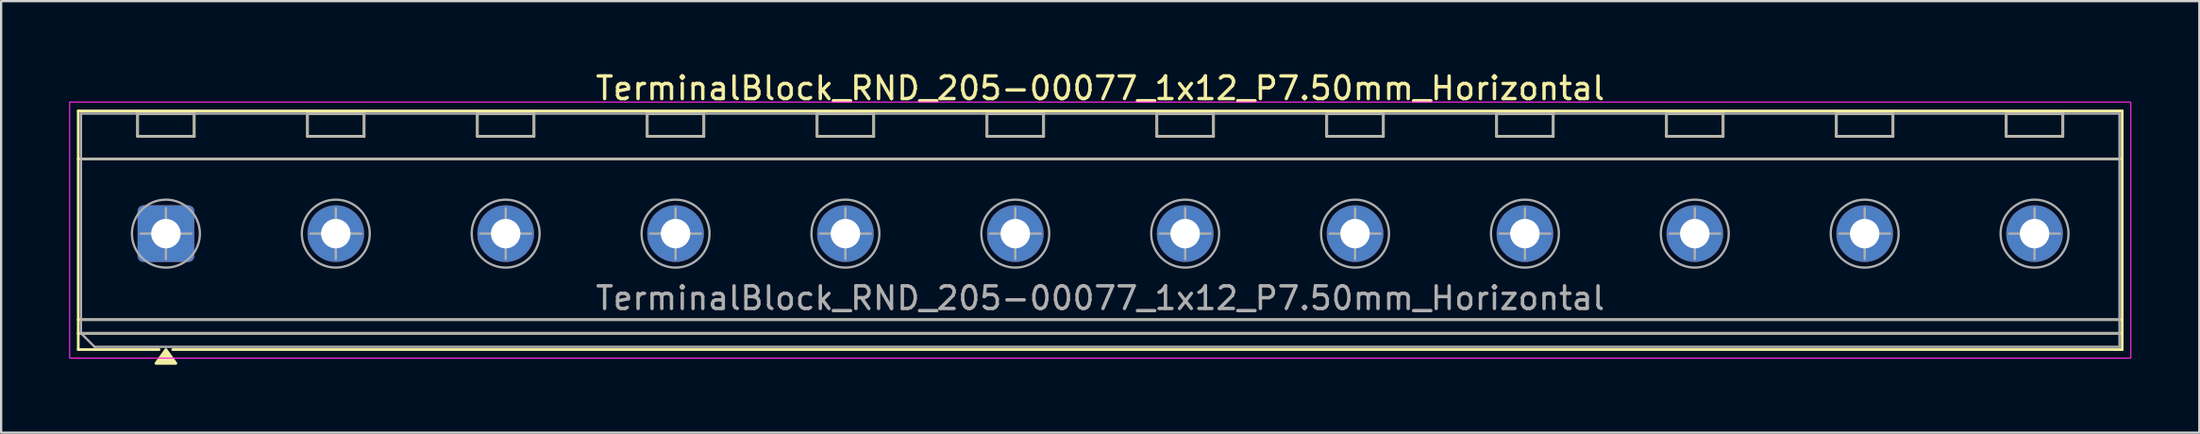
<source format=kicad_pcb>
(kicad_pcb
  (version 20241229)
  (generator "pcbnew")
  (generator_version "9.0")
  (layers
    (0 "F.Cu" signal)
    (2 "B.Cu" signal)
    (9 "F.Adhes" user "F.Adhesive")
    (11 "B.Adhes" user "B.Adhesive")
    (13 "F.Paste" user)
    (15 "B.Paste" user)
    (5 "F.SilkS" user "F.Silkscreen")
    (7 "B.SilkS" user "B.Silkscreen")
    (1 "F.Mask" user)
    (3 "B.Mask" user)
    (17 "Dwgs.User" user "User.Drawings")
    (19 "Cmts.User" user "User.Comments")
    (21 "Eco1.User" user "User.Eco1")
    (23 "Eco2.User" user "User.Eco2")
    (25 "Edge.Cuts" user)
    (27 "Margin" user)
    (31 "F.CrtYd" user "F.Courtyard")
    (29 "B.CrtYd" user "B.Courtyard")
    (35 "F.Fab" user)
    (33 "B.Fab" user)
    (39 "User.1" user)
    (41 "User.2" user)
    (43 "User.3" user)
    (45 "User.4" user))
  (footprint "TerminalBlock_RND_205-00077_1x12_P7.50mm_Horizontal"
    (layer "F.Cu")
    (at 4.275 7.268)
    (property "Reference" "TerminalBlock_RND_205-00077_1x12_P7.50mm_Horizontal" (at 41.25 -6.42 0) (layer "F.SilkS") (effects (font (size 1 1) (thickness 0.15))))
    (attr through_hole)
    (fp_line (start -3.87 -5.42) (end 86.37 -5.42) (stroke (width 0.12) (type solid)) (layer "F.SilkS"))
    (fp_line (start -3.87 -3.3) (end 86.37 -3.3) (stroke (width 0.12) (type solid)) (layer "F.SilkS"))
    (fp_line (start -3.87 3.8) (end 86.37 3.8) (stroke (width 0.12) (type solid)) (layer "F.SilkS"))
    (fp_line (start -3.87 4.4) (end 86.37 4.4) (stroke (width 0.12) (type solid)) (layer "F.SilkS"))
    (fp_line (start -3.87 5.12) (end -3.87 -5.42) (stroke (width 0.12) (type solid)) (layer "F.SilkS"))
    (fp_line (start -1.25 -5.3) (end 1.25 -5.3) (stroke (width 0.12) (type solid)) (layer "F.SilkS"))
    (fp_line (start -1.25 -4.3) (end -1.25 -5.3) (stroke (width 0.12) (type solid)) (layer "F.SilkS"))
    (fp_line (start -0.3 5.12) (end -3.87 5.12) (stroke (width 0.12) (type solid)) (layer "F.SilkS"))
    (fp_line (start 1.25 -5.3) (end 1.25 -4.3) (stroke (width 0.12) (type solid)) (layer "F.SilkS"))
    (fp_line (start 1.25 -4.3) (end -1.25 -4.3) (stroke (width 0.12) (type solid)) (layer "F.SilkS"))
    (fp_line (start 6.25 -5.3) (end 8.75 -5.3) (stroke (width 0.12) (type solid)) (layer "F.SilkS"))
    (fp_line (start 6.25 -4.3) (end 6.25 -5.3) (stroke (width 0.12) (type solid)) (layer "F.SilkS"))
    (fp_line (start 8.75 -5.3) (end 8.75 -4.3) (stroke (width 0.12) (type solid)) (layer "F.SilkS"))
    (fp_line (start 8.75 -4.3) (end 6.25 -4.3) (stroke (width 0.12) (type solid)) (layer "F.SilkS"))
    (fp_line (start 13.75 -5.3) (end 16.25 -5.3) (stroke (width 0.12) (type solid)) (layer "F.SilkS"))
    (fp_line (start 13.75 -4.3) (end 13.75 -5.3) (stroke (width 0.12) (type solid)) (layer "F.SilkS"))
    (fp_line (start 16.25 -5.3) (end 16.25 -4.3) (stroke (width 0.12) (type solid)) (layer "F.SilkS"))
    (fp_line (start 16.25 -4.3) (end 13.75 -4.3) (stroke (width 0.12) (type solid)) (layer "F.SilkS"))
    (fp_line (start 21.25 -5.3) (end 23.75 -5.3) (stroke (width 0.12) (type solid)) (layer "F.SilkS"))
    (fp_line (start 21.25 -4.3) (end 21.25 -5.3) (stroke (width 0.12) (type solid)) (layer "F.SilkS"))
    (fp_line (start 23.75 -5.3) (end 23.75 -4.3) (stroke (width 0.12) (type solid)) (layer "F.SilkS"))
    (fp_line (start 23.75 -4.3) (end 21.25 -4.3) (stroke (width 0.12) (type solid)) (layer "F.SilkS"))
    (fp_line (start 28.75 -5.3) (end 31.25 -5.3) (stroke (width 0.12) (type solid)) (layer "F.SilkS"))
    (fp_line (start 28.75 -4.3) (end 28.75 -5.3) (stroke (width 0.12) (type solid)) (layer "F.SilkS"))
    (fp_line (start 31.25 -5.3) (end 31.25 -4.3) (stroke (width 0.12) (type solid)) (layer "F.SilkS"))
    (fp_line (start 31.25 -4.3) (end 28.75 -4.3) (stroke (width 0.12) (type solid)) (layer "F.SilkS"))
    (fp_line (start 36.25 -5.3) (end 38.75 -5.3) (stroke (width 0.12) (type solid)) (layer "F.SilkS"))
    (fp_line (start 36.25 -4.3) (end 36.25 -5.3) (stroke (width 0.12) (type solid)) (layer "F.SilkS"))
    (fp_line (start 38.75 -5.3) (end 38.75 -4.3) (stroke (width 0.12) (type solid)) (layer "F.SilkS"))
    (fp_line (start 38.75 -4.3) (end 36.25 -4.3) (stroke (width 0.12) (type solid)) (layer "F.SilkS"))
    (fp_line (start 43.75 -5.3) (end 46.25 -5.3) (stroke (width 0.12) (type solid)) (layer "F.SilkS"))
    (fp_line (start 43.75 -4.3) (end 43.75 -5.3) (stroke (width 0.12) (type solid)) (layer "F.SilkS"))
    (fp_line (start 46.25 -5.3) (end 46.25 -4.3) (stroke (width 0.12) (type solid)) (layer "F.SilkS"))
    (fp_line (start 46.25 -4.3) (end 43.75 -4.3) (stroke (width 0.12) (type solid)) (layer "F.SilkS"))
    (fp_line (start 51.25 -5.3) (end 53.75 -5.3) (stroke (width 0.12) (type solid)) (layer "F.SilkS"))
    (fp_line (start 51.25 -4.3) (end 51.25 -5.3) (stroke (width 0.12) (type solid)) (layer "F.SilkS"))
    (fp_line (start 53.75 -5.3) (end 53.75 -4.3) (stroke (width 0.12) (type solid)) (layer "F.SilkS"))
    (fp_line (start 53.75 -4.3) (end 51.25 -4.3) (stroke (width 0.12) (type solid)) (layer "F.SilkS"))
    (fp_line (start 58.75 -5.3) (end 61.25 -5.3) (stroke (width 0.12) (type solid)) (layer "F.SilkS"))
    (fp_line (start 58.75 -4.3) (end 58.75 -5.3) (stroke (width 0.12) (type solid)) (layer "F.SilkS"))
    (fp_line (start 61.25 -5.3) (end 61.25 -4.3) (stroke (width 0.12) (type solid)) (layer "F.SilkS"))
    (fp_line (start 61.25 -4.3) (end 58.75 -4.3) (stroke (width 0.12) (type solid)) (layer "F.SilkS"))
    (fp_line (start 66.25 -5.3) (end 68.75 -5.3) (stroke (width 0.12) (type solid)) (layer "F.SilkS"))
    (fp_line (start 66.25 -4.3) (end 66.25 -5.3) (stroke (width 0.12) (type solid)) (layer "F.SilkS"))
    (fp_line (start 68.75 -5.3) (end 68.75 -4.3) (stroke (width 0.12) (type solid)) (layer "F.SilkS"))
    (fp_line (start 68.75 -4.3) (end 66.25 -4.3) (stroke (width 0.12) (type solid)) (layer "F.SilkS"))
    (fp_line (start 73.75 -5.3) (end 76.25 -5.3) (stroke (width 0.12) (type solid)) (layer "F.SilkS"))
    (fp_line (start 73.75 -4.3) (end 73.75 -5.3) (stroke (width 0.12) (type solid)) (layer "F.SilkS"))
    (fp_line (start 76.25 -5.3) (end 76.25 -4.3) (stroke (width 0.12) (type solid)) (layer "F.SilkS"))
    (fp_line (start 76.25 -4.3) (end 73.75 -4.3) (stroke (width 0.12) (type solid)) (layer "F.SilkS"))
    (fp_line (start 81.25 -5.3) (end 83.75 -5.3) (stroke (width 0.12) (type solid)) (layer "F.SilkS"))
    (fp_line (start 81.25 -4.3) (end 81.25 -5.3) (stroke (width 0.12) (type solid)) (layer "F.SilkS"))
    (fp_line (start 83.75 -5.3) (end 83.75 -4.3) (stroke (width 0.12) (type solid)) (layer "F.SilkS"))
    (fp_line (start 83.75 -4.3) (end 81.25 -4.3) (stroke (width 0.12) (type solid)) (layer "F.SilkS"))
    (fp_line (start 86.37 -5.42) (end 86.37 5.12) (stroke (width 0.12) (type solid)) (layer "F.SilkS"))
    (fp_line (start 86.37 5.12) (end 0.3 5.12) (stroke (width 0.12) (type solid)) (layer "F.SilkS"))
    (fp_poly (pts (xy 0 5.12) (xy 0.44 5.73) (xy -0.44 5.73)) (stroke (width 0.12) (type solid)) (fill yes) (layer "F.SilkS"))
    (fp_rect (start -4.25 -5.81) (end 86.75 5.5) (stroke (width 0.05) (type solid)) (fill no) (layer "F.CrtYd"))
    (fp_line (start -3.75 -5.3) (end 86.25 -5.3) (stroke (width 0.1) (type solid)) (layer "F.Fab"))
    (fp_line (start -3.75 -3.3) (end 86.25 -3.3) (stroke (width 0.1) (type solid)) (layer "F.Fab"))
    (fp_line (start -3.75 3.8) (end 86.25 3.8) (stroke (width 0.1) (type solid)) (layer "F.Fab"))
    (fp_line (start -3.75 4.4) (end -3.75 -5.3) (stroke (width 0.1) (type solid)) (layer "F.Fab"))
    (fp_line (start -3.75 4.4) (end 86.25 4.4) (stroke (width 0.1) (type solid)) (layer "F.Fab"))
    (fp_line (start -3.15 5) (end -3.75 4.4) (stroke (width 0.1) (type solid)) (layer "F.Fab"))
    (fp_line (start -1.125 0) (end 1.125 0) (stroke (width 0.1) (type solid)) (layer "F.Fab"))
    (fp_line (start 0 -1.125) (end 0 1.125) (stroke (width 0.1) (type solid)) (layer "F.Fab"))
    (fp_line (start 6.375 0) (end 8.625 0) (stroke (width 0.1) (type solid)) (layer "F.Fab"))
    (fp_line (start 7.5 -1.125) (end 7.5 1.125) (stroke (width 0.1) (type solid)) (layer "F.Fab"))
    (fp_line (start 13.875 0) (end 16.125 0) (stroke (width 0.1) (type solid)) (layer "F.Fab"))
    (fp_line (start 15 -1.125) (end 15 1.125) (stroke (width 0.1) (type solid)) (layer "F.Fab"))
    (fp_line (start 21.375 0) (end 23.625 0) (stroke (width 0.1) (type solid)) (layer "F.Fab"))
    (fp_line (start 22.5 -1.125) (end 22.5 1.125) (stroke (width 0.1) (type solid)) (layer "F.Fab"))
    (fp_line (start 28.875 0) (end 31.125 0) (stroke (width 0.1) (type solid)) (layer "F.Fab"))
    (fp_line (start 30 -1.125) (end 30 1.125) (stroke (width 0.1) (type solid)) (layer "F.Fab"))
    (fp_line (start 36.375 0) (end 38.625 0) (stroke (width 0.1) (type solid)) (layer "F.Fab"))
    (fp_line (start 37.5 -1.125) (end 37.5 1.125) (stroke (width 0.1) (type solid)) (layer "F.Fab"))
    (fp_line (start 43.875 0) (end 46.125 0) (stroke (width 0.1) (type solid)) (layer "F.Fab"))
    (fp_line (start 45 -1.125) (end 45 1.125) (stroke (width 0.1) (type solid)) (layer "F.Fab"))
    (fp_line (start 51.375 0) (end 53.625 0) (stroke (width 0.1) (type solid)) (layer "F.Fab"))
    (fp_line (start 52.5 -1.125) (end 52.5 1.125) (stroke (width 0.1) (type solid)) (layer "F.Fab"))
    (fp_line (start 58.875 0) (end 61.125 0) (stroke (width 0.1) (type solid)) (layer "F.Fab"))
    (fp_line (start 60 -1.125) (end 60 1.125) (stroke (width 0.1) (type solid)) (layer "F.Fab"))
    (fp_line (start 66.375 0) (end 68.625 0) (stroke (width 0.1) (type solid)) (layer "F.Fab"))
    (fp_line (start 67.5 -1.125) (end 67.5 1.125) (stroke (width 0.1) (type solid)) (layer "F.Fab"))
    (fp_line (start 73.875 0) (end 76.125 0) (stroke (width 0.1) (type solid)) (layer "F.Fab"))
    (fp_line (start 75 -1.125) (end 75 1.125) (stroke (width 0.1) (type solid)) (layer "F.Fab"))
    (fp_line (start 81.375 0) (end 83.625 0) (stroke (width 0.1) (type solid)) (layer "F.Fab"))
    (fp_line (start 82.5 -1.125) (end 82.5 1.125) (stroke (width 0.1) (type solid)) (layer "F.Fab"))
    (fp_line (start 86.25 -5.3) (end 86.25 5) (stroke (width 0.1) (type solid)) (layer "F.Fab"))
    (fp_line (start 86.25 5) (end -3.15 5) (stroke (width 0.1) (type solid)) (layer "F.Fab"))
    (fp_rect (start -1.25 -5.3) (end 1.25 -4.3) (stroke (width 0.1) (type solid)) (fill no) (layer "F.Fab"))
    (fp_rect (start 6.25 -5.3) (end 8.75 -4.3) (stroke (width 0.1) (type solid)) (fill no) (layer "F.Fab"))
    (fp_rect (start 13.75 -5.3) (end 16.25 -4.3) (stroke (width 0.1) (type solid)) (fill no) (layer "F.Fab"))
    (fp_rect (start 21.25 -5.3) (end 23.75 -4.3) (stroke (width 0.1) (type solid)) (fill no) (layer "F.Fab"))
    (fp_rect (start 28.75 -5.3) (end 31.25 -4.3) (stroke (width 0.1) (type solid)) (fill no) (layer "F.Fab"))
    (fp_rect (start 36.25 -5.3) (end 38.75 -4.3) (stroke (width 0.1) (type solid)) (fill no) (layer "F.Fab"))
    (fp_rect (start 43.75 -5.3) (end 46.25 -4.3) (stroke (width 0.1) (type solid)) (fill no) (layer "F.Fab"))
    (fp_rect (start 51.25 -5.3) (end 53.75 -4.3) (stroke (width 0.1) (type solid)) (fill no) (layer "F.Fab"))
    (fp_rect (start 58.75 -5.3) (end 61.25 -4.3) (stroke (width 0.1) (type solid)) (fill no) (layer "F.Fab"))
    (fp_rect (start 66.25 -5.3) (end 68.75 -4.3) (stroke (width 0.1) (type solid)) (fill no) (layer "F.Fab"))
    (fp_rect (start 73.75 -5.3) (end 76.25 -4.3) (stroke (width 0.1) (type solid)) (fill no) (layer "F.Fab"))
    (fp_rect (start 81.25 -5.3) (end 83.75 -4.3) (stroke (width 0.1) (type solid)) (fill no) (layer "F.Fab"))
    (fp_circle (center 0 0) (end 1.5 0) (stroke (width 0.1) (type solid)) (fill no) (layer "F.Fab"))
    (fp_circle (center 7.5 0) (end 9 0) (stroke (width 0.1) (type solid)) (fill no) (layer "F.Fab"))
    (fp_circle (center 15 0) (end 16.5 0) (stroke (width 0.1) (type solid)) (fill no) (layer "F.Fab"))
    (fp_circle (center 22.5 0) (end 24 0) (stroke (width 0.1) (type solid)) (fill no) (layer "F.Fab"))
    (fp_circle (center 30 0) (end 31.5 0) (stroke (width 0.1) (type solid)) (fill no) (layer "F.Fab"))
    (fp_circle (center 37.5 0) (end 39 0) (stroke (width 0.1) (type solid)) (fill no) (layer "F.Fab"))
    (fp_circle (center 45 0) (end 46.5 0) (stroke (width 0.1) (type solid)) (fill no) (layer "F.Fab"))
    (fp_circle (center 52.5 0) (end 54 0) (stroke (width 0.1) (type solid)) (fill no) (layer "F.Fab"))
    (fp_circle (center 60 0) (end 61.5 0) (stroke (width 0.1) (type solid)) (fill no) (layer "F.Fab"))
    (fp_circle (center 67.5 0) (end 69 0) (stroke (width 0.1) (type solid)) (fill no) (layer "F.Fab"))
    (fp_circle (center 75 0) (end 76.5 0) (stroke (width 0.1) (type solid)) (fill no) (layer "F.Fab"))
    (fp_circle (center 82.5 0) (end 84 0) (stroke (width 0.1) (type solid)) (fill no) (layer "F.Fab"))
    (fp_text user "${REFERENCE}" (at 41.25 2.85 0) (layer "F.Fab") (effects (font (size 1 1) (thickness 0.15))))
    (pad "1" thru_hole roundrect (at 0 0) (size 2.5 2.5) (drill 1.3) (layers "*.Cu" "*.Mask") (roundrect_rratio 0.1))
    (pad "2" thru_hole circle (at 7.5 0) (size 2.5 2.5) (drill 1.3) (layers "*.Cu" "*.Mask"))
    (pad "3" thru_hole circle (at 15 0) (size 2.5 2.5) (drill 1.3) (layers "*.Cu" "*.Mask"))
    (pad "4" thru_hole circle (at 22.5 0) (size 2.5 2.5) (drill 1.3) (layers "*.Cu" "*.Mask"))
    (pad "5" thru_hole circle (at 30 0) (size 2.5 2.5) (drill 1.3) (layers "*.Cu" "*.Mask"))
    (pad "6" thru_hole circle (at 37.5 0) (size 2.5 2.5) (drill 1.3) (layers "*.Cu" "*.Mask"))
    (pad "7" thru_hole circle (at 45 0) (size 2.5 2.5) (drill 1.3) (layers "*.Cu" "*.Mask"))
    (pad "8" thru_hole circle (at 52.5 0) (size 2.5 2.5) (drill 1.3) (layers "*.Cu" "*.Mask"))
    (pad "9" thru_hole circle (at 60 0) (size 2.5 2.5) (drill 1.3) (layers "*.Cu" "*.Mask"))
    (pad "10" thru_hole circle (at 67.5 0) (size 2.5 2.5) (drill 1.3) (layers "*.Cu" "*.Mask"))
    (pad "11" thru_hole circle (at 75 0) (size 2.5 2.5) (drill 1.3) (layers "*.Cu" "*.Mask"))
    (pad "12" thru_hole circle (at 82.5 0) (size 2.5 2.5) (drill 1.3) (layers "*.Cu" "*.Mask")))
  (gr_rect
    (start -3 -3)
    (end 94.05 16.058)
    (stroke (width 0.1) (type default))
    (fill no)
    (layer "Edge.Cuts")))
</source>
